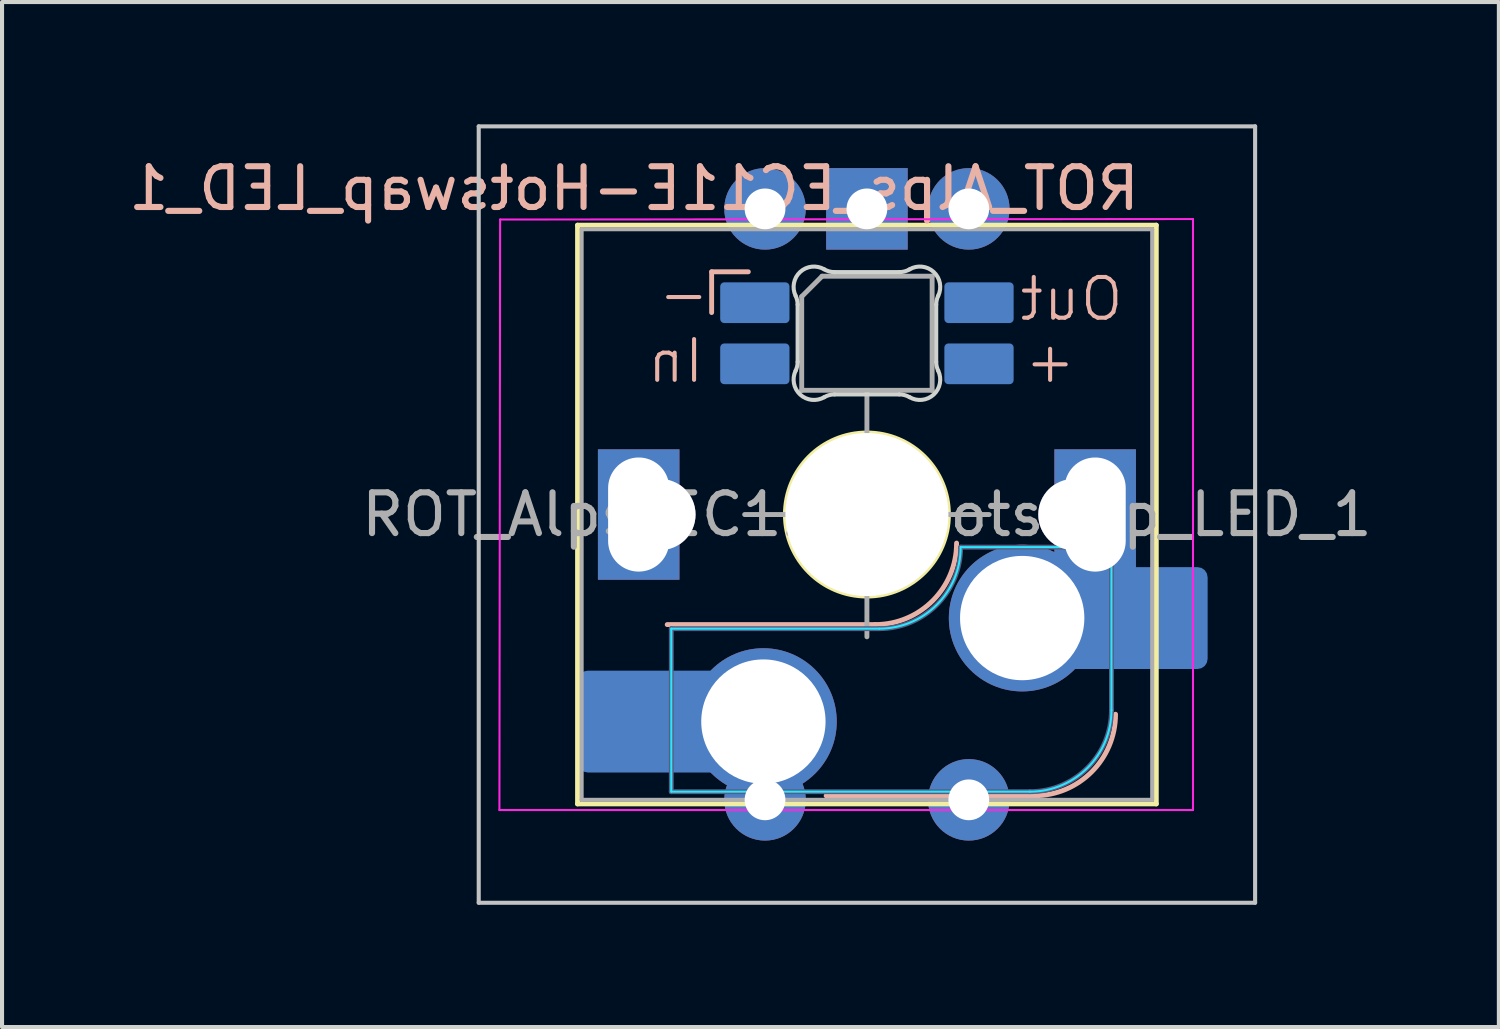
<source format=kicad_pcb>
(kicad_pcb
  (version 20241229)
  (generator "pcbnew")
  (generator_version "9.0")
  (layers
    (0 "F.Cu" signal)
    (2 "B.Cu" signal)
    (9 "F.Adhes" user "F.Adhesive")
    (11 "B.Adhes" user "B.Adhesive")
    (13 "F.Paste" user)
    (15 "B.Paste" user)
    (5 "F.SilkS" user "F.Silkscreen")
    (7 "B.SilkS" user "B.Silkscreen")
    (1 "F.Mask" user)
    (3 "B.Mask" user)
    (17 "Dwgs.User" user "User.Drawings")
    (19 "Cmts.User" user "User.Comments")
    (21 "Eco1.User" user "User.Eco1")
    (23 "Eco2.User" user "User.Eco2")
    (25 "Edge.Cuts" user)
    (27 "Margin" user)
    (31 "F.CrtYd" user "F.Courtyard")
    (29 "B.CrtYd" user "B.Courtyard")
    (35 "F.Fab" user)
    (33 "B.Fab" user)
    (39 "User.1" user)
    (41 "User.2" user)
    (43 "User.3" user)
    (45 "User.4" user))
  (footprint "ROT_Alps_EC11E-Hotswap_LED_1"
    (layer "F.Cu")
    (at 18.221 9.575)
    (property "Reference" "ROT_Alps_EC11E-Hotswap_LED_1" (at -5.715 -8.001 0) (layer "B.SilkS") (effects (font (size 1 1) (thickness 0.15)) (justify mirror)))
    (attr through_hole)
    (fp_line (start -7.1 -7.1) (end -7.1 7.1) (stroke (width 0.12) (type solid)) (layer "F.SilkS"))
    (fp_line (start -7.1 7.1) (end 7.1 7.1) (stroke (width 0.12) (type solid)) (layer "F.SilkS"))
    (fp_line (start 7.1 -7.1) (end -7.1 -7.1) (stroke (width 0.12) (type solid)) (layer "F.SilkS"))
    (fp_line (start 7.1 7.1) (end 7.1 -7.1) (stroke (width 0.12) (type solid)) (layer "F.SilkS"))
    (fp_circle (center 0 0) (end 2 0) (stroke (width 0.12) (type solid)) (fill no) (layer "F.SilkS"))
    (fp_line (start -3.81 -5.956) (end -2.91 -5.956) (stroke (width 0.12) (type solid)) (layer "B.SilkS"))
    (fp_line (start -3.81 -4.956) (end -3.81 -5.956) (stroke (width 0.12) (type solid)) (layer "B.SilkS"))
    (fp_line (start 0.2 2.7) (end -4.9 2.7) (stroke (width 0.12) (type solid)) (layer "B.SilkS"))
    (fp_line (start 4.1 6.9) (end -1 6.9) (stroke (width 0.12) (type solid)) (layer "B.SilkS"))
    (fp_arc (start 2.2 0.7) (mid 1.614214 2.114214) (end 0.2 2.7) (stroke (width 0.12) (type solid)) (layer "B.SilkS"))
    (fp_arc (start 6.1 4.9) (mid 5.514214 6.314214) (end 4.1 6.9) (stroke (width 0.12) (type solid)) (layer "B.SilkS"))
    (fp_line (start -9.525 -9.525) (end -9.525 9.525) (stroke (width 0.1) (type solid)) (layer "Dwgs.User"))
    (fp_line (start -9.525 9.525) (end 9.525 9.525) (stroke (width 0.1) (type solid)) (layer "Dwgs.User"))
    (fp_line (start 9.525 -9.525) (end -9.525 -9.525) (stroke (width 0.1) (type solid)) (layer "Dwgs.User"))
    (fp_line (start 9.525 9.525) (end 9.525 -9.525) (stroke (width 0.1) (type solid)) (layer "Dwgs.User"))
    (fp_line (start -0.25 -0.25) (end 0 0) (stroke (width 0.12) (type solid)) (layer "Cmts.User"))
    (fp_line (start 0 0) (end -0.25 0.25) (stroke (width 0.12) (type solid)) (layer "Cmts.User"))
    (fp_line (start 0 0) (end 0.25 0.25) (stroke (width 0.12) (type solid)) (layer "Cmts.User"))
    (fp_line (start 0.25 -0.25) (end 0 0) (stroke (width 0.12) (type solid)) (layer "Cmts.User"))
    (fp_line (start -7.8 -6) (end -7 -6) (stroke (width 0.1) (type solid)) (layer "Eco1.User"))
    (fp_line (start -7.8 -2.9) (end -7.8 -6) (stroke (width 0.1) (type solid)) (layer "Eco1.User"))
    (fp_line (start -7.8 2.9) (end -7 2.9) (stroke (width 0.1) (type solid)) (layer "Eco1.User"))
    (fp_line (start -7.8 6) (end -7.8 2.9) (stroke (width 0.1) (type solid)) (layer "Eco1.User"))
    (fp_line (start -7 -6) (end -7 -7) (stroke (width 0.1) (type solid)) (layer "Eco1.User"))
    (fp_line (start -7 -2.9) (end -7.8 -2.9) (stroke (width 0.1) (type solid)) (layer "Eco1.User"))
    (fp_line (start -7 2.9) (end -7 -2.9) (stroke (width 0.1) (type solid)) (layer "Eco1.User"))
    (fp_line (start -7 6) (end -7.8 6) (stroke (width 0.1) (type solid)) (layer "Eco1.User"))
    (fp_line (start -7 7) (end -7 6) (stroke (width 0.1) (type solid)) (layer "Eco1.User"))
    (fp_line (start 7 -7) (end 7 -6) (stroke (width 0.1) (type solid)) (layer "Eco1.User"))
    (fp_line (start 7 -6) (end 7.8 -6) (stroke (width 0.1) (type solid)) (layer "Eco1.User"))
    (fp_line (start 7 -2.9) (end 7 2.9) (stroke (width 0.1) (type solid)) (layer "Eco1.User"))
    (fp_line (start 7 2.9) (end 7.8 2.9) (stroke (width 0.1) (type solid)) (layer "Eco1.User"))
    (fp_line (start 7 6) (end 7 7) (stroke (width 0.1) (type solid)) (layer "Eco1.User"))
    (fp_line (start 7 7) (end -7 7) (stroke (width 0.1) (type solid)) (layer "Eco1.User"))
    (fp_line (start 7.8 -6) (end 7.8 -2.9) (stroke (width 0.1) (type solid)) (layer "Eco1.User"))
    (fp_line (start 7.8 -2.9) (end 7 -2.9) (stroke (width 0.1) (type solid)) (layer "Eco1.User"))
    (fp_line (start 7.8 2.9) (end 7.8 6) (stroke (width 0.1) (type solid)) (layer "Eco1.User"))
    (fp_line (start 7.8 6) (end 7 6) (stroke (width 0.1) (type solid)) (layer "Eco1.User"))
    (fp_line (start -1.7 -5.151) (end -1.7 -3.745) (stroke (width 0.1) (type solid)) (layer "Edge.Cuts"))
    (fp_line (start -0.794 -2.948) (end 0.794 -2.948) (stroke (width 0.1) (type solid)) (layer "Edge.Cuts"))
    (fp_line (start 0.794 -5.948) (end -0.794 -5.948) (stroke (width 0.1) (type solid)) (layer "Edge.Cuts"))
    (fp_line (start 1.7 -3.745) (end 1.7 -5.151) (stroke (width 0.1) (type solid)) (layer "Edge.Cuts"))
    (fp_arc (start -1.749484 -5.36772) (mid -1.712518 -5.262071) (end -1.699999 -5.150843) (stroke (width 0.1) (type solid)) (layer "Edge.Cuts"))
    (fp_arc (start -1.749484 -5.36772) (mid -1.638071 -5.952035) (end -1.046711 -6.016298) (stroke (width 0.1) (type solid)) (layer "Edge.Cuts"))
    (fp_arc (start -1.699999 -3.745158) (mid -1.712528 -3.633932) (end -1.749484 -3.52828) (stroke (width 0.1) (type solid)) (layer "Edge.Cuts"))
    (fp_arc (start -1.046711 -2.879701) (mid -1.638072 -2.943965) (end -1.749484 -3.528281) (stroke (width 0.1) (type solid)) (layer "Edge.Cuts"))
    (fp_arc (start -1.046711 -2.879701) (mid -0.925123 -2.930623) (end -0.794452 -2.948) (stroke (width 0.1) (type solid)) (layer "Edge.Cuts"))
    (fp_arc (start -0.794453 -5.947999) (mid -0.925123 -5.965376) (end -1.046711 -6.016298) (stroke (width 0.1) (type solid)) (layer "Edge.Cuts"))
    (fp_arc (start 0.794452 -2.948) (mid 0.925122 -2.930623) (end 1.04671 -2.879701) (stroke (width 0.1) (type solid)) (layer "Edge.Cuts"))
    (fp_arc (start 1.046711 -6.016299) (mid 0.925123 -5.965377) (end 0.794453 -5.948) (stroke (width 0.1) (type solid)) (layer "Edge.Cuts"))
    (fp_arc (start 1.046711 -6.016299) (mid 1.638071 -5.952036) (end 1.749484 -5.36772) (stroke (width 0.1) (type solid)) (layer "Edge.Cuts"))
    (fp_arc (start 1.699999 -5.150842) (mid 1.712527 -5.262068) (end 1.749484 -5.36772) (stroke (width 0.1) (type solid)) (layer "Edge.Cuts"))
    (fp_arc (start 1.749484 -3.52828) (mid 1.63807 -2.943966) (end 1.046711 -2.879703) (stroke (width 0.1) (type solid)) (layer "Edge.Cuts"))
    (fp_arc (start 1.749484 -3.52828) (mid 1.71251 -3.633928) (end 1.699999 -3.745157) (stroke (width 0.1) (type solid)) (layer "Edge.Cuts"))
    (fp_line (start -4.8 6.8) (end -4.8 2.8) (stroke (width 0.05) (type solid)) (layer "B.CrtYd"))
    (fp_line (start 0.3 2.8) (end -4.8 2.8) (stroke (width 0.05) (type solid)) (layer "B.CrtYd"))
    (fp_line (start 4 6.8) (end -4.8 6.8) (stroke (width 0.05) (type solid)) (layer "B.CrtYd"))
    (fp_line (start 6 0.8) (end 2.3 0.8) (stroke (width 0.05) (type solid)) (layer "B.CrtYd"))
    (fp_line (start 6 0.8) (end 6 4.8) (stroke (width 0.05) (type solid)) (layer "B.CrtYd"))
    (fp_arc (start 2.3 0.8) (mid 1.714214 2.214214) (end 0.3 2.8) (stroke (width 0.05) (type solid)) (layer "B.CrtYd"))
    (fp_arc (start 6 4.8) (mid 5.414214 6.214214) (end 4 6.8) (stroke (width 0.05) (type solid)) (layer "B.CrtYd"))
    (fp_line (start -9.017 7.25) (end 8.001 7.25) (stroke (width 0.05) (type solid)) (layer "F.CrtYd"))
    (fp_line (start -9 -7.239) (end -9.017 7.25) (stroke (width 0.05) (type solid)) (layer "F.CrtYd"))
    (fp_line (start -9 -7.239) (end 8.001 -7.25) (stroke (width 0.05) (type solid)) (layer "F.CrtYd"))
    (fp_line (start 8.001 7.25) (end 8.001 -7.25) (stroke (width 0.05) (type solid)) (layer "F.CrtYd"))
    (fp_line (start -4.8 6.8) (end -4.8 2.8) (stroke (width 0.12) (type solid)) (layer "B.Fab"))
    (fp_line (start 0.3 2.8) (end -4.8 2.8) (stroke (width 0.12) (type solid)) (layer "B.Fab"))
    (fp_line (start 4 6.8) (end -4.8 6.8) (stroke (width 0.12) (type solid)) (layer "B.Fab"))
    (fp_line (start 6 0.8) (end 2.3 0.8) (stroke (width 0.12) (type solid)) (layer "B.Fab"))
    (fp_line (start 6 0.8) (end 6 4.8) (stroke (width 0.12) (type solid)) (layer "B.Fab"))
    (fp_arc (start 2.3 0.8) (mid 1.714214 2.214214) (end 0.3 2.8) (stroke (width 0.12) (type solid)) (layer "B.Fab"))
    (fp_arc (start 6 4.8) (mid 5.414214 6.214214) (end 4 6.8) (stroke (width 0.12) (type solid)) (layer "B.Fab"))
    (fp_line (start -7 -7) (end -7 7) (stroke (width 0.1) (type solid)) (layer "F.Fab"))
    (fp_line (start -7 7) (end 7 7) (stroke (width 0.1) (type solid)) (layer "F.Fab"))
    (fp_line (start -1.6 -5.348) (end -1.6 -3.048) (stroke (width 0.12) (type solid)) (layer "F.Fab"))
    (fp_line (start -1.6 -5.348) (end -1.1 -5.848) (stroke (width 0.12) (type solid)) (layer "F.Fab"))
    (fp_line (start -1.6 -3.048) (end 1.6 -3.048) (stroke (width 0.12) (type solid)) (layer "F.Fab"))
    (fp_line (start 0 -3) (end 0 3) (stroke (width 0.12) (type solid)) (layer "F.Fab"))
    (fp_line (start 1.6 -5.848) (end -1.1 -5.848) (stroke (width 0.12) (type solid)) (layer "F.Fab"))
    (fp_line (start 1.6 -5.848) (end 1.6 -3.048) (stroke (width 0.12) (type solid)) (layer "F.Fab"))
    (fp_line (start 3 0) (end -3 0) (stroke (width 0.12) (type solid)) (layer "F.Fab"))
    (fp_line (start 7 -7) (end -7 -7) (stroke (width 0.1) (type solid)) (layer "F.Fab"))
    (fp_line (start 7 7) (end 7 -7) (stroke (width 0.1) (type solid)) (layer "F.Fab"))
    (fp_text user "In" (at -3.937 -3.178 0) (unlocked yes) (layer "B.SilkS") (effects (font (size 1 1) (thickness 0.1)) (justify left bottom mirror)))
    (fp_text user "-" (at -3.81 -5.845 180) (unlocked yes) (layer "B.SilkS") (effects (font (size 1 1) (thickness 0.1)) (justify left bottom)))
    (fp_text user "Out" (at 6.35 -4.702 0) (unlocked yes) (layer "B.SilkS") (effects (font (size 1 1) (thickness 0.1)) (justify left bottom mirror)))
    (fp_text user "+" (at 3.81 -4.194 180) (unlocked yes) (layer "B.SilkS") (effects (font (size 1 1) (thickness 0.1)) (justify left bottom mirror)))
    (fp_text user "${REFERENCE}" (at 0 0 0) (layer "F.Fab") (effects (font (size 1 1) (thickness 0.15))))
    (pad "" smd roundrect (at -5.842 5.08 180) (size 2.55 2.5) (layers "B.Mask" "B.Paste") (roundrect_rratio 0.1))
    (pad "" thru_hole circle (at -5.08 0 180) (size 1.75 1.75) (drill 1.75) (layers "*.Cu" "*.Mask"))
    (pad "" np_thru_hole circle (at 0 0 180) (size 4 4) (drill 4) (layers "*.Cu" "*.Mask"))
    (pad "" thru_hole circle (at 5.08 0 180) (size 1.75 1.75) (drill 1.75) (layers "*.Cu" "*.Mask"))
    (pad "" smd roundrect (at 7.085 2.54 180) (size 2.55 2.5) (layers "B.Mask" "B.Paste") (roundrect_rratio 0.1))
    (pad "3" smd roundrect (at 2.75 -3.698 270) (size 1 1.7) (layers "B.Cu" "B.Mask" "B.Paste") (roundrect_rratio 0.1))
    (pad "4" smd roundrect (at 2.75 -5.198 270) (size 1 1.7) (layers "B.Cu" "B.Mask" "B.Paste") (roundrect_rratio 0.1))
    (pad "5" smd roundrect (at -2.75 -3.698 90) (size 1 1.7) (layers "B.Cu" "B.Mask" "B.Paste") (roundrect_rratio 0.1))
    (pad "6" smd roundrect (at -2.75 -5.198 90) (size 1 1.7) (layers "B.Cu" "B.Mask" "B.Paste") (roundrect_rratio 0.1))
    (pad "A" thru_hole circle (at 2.5 -7.5 270) (size 2 2) (drill 1) (layers "*.Cu" "*.Mask"))
    (pad "B" thru_hole circle (at -2.5 -7.5 270) (size 2 2) (drill 1) (layers "*.Cu" "*.Mask"))
    (pad "C" thru_hole rect (at 0 -7.5 270) (size 2 2) (drill 1) (layers "*.Cu" "*.Mask"))
    (pad "MP" thru_hole rect (at -5.6 0 270) (size 3.2 2) (drill oval 2.8 1.5) (layers "*.Cu" "*.Mask"))
    (pad "MP" thru_hole rect (at 5.6 0 270) (size 3.2 2) (drill oval 2.8 1.5) (layers "*.Cu" "*.Mask"))
    (pad "S1" thru_hole circle (at 2.5 7 270) (size 2 2) (drill 1) (layers "*.Cu" "*.Mask"))
    (pad "S1" thru_hole circle (at 3.81 2.54 180) (size 3.6 3.6) (drill 3.05) (layers "*.Cu" "*.Mask"))
    (pad "S1" smd roundrect (at 6.585 2.54 180) (size 3.55 2.5) (layers "B.Cu") (roundrect_rratio 0.1))
    (pad "S2" smd roundrect (at -5.32 5.08 180) (size 3.55 2.5) (layers "B.Cu") (roundrect_rratio 0.1))
    (pad "S2" thru_hole circle (at -2.54 5.08 270) (size 3.6 3.6) (drill 3.05) (layers "*.Cu" "*.Mask"))
    (pad "S2" thru_hole circle (at -2.5 7 270) (size 2 2) (drill 1) (layers "*.Cu" "*.Mask")))
  (gr_rect
    (start -3 -3)
    (end 33.727 22.15)
    (stroke (width 0.1) (type default))
    (fill no)
    (layer "Edge.Cuts")))
</source>
